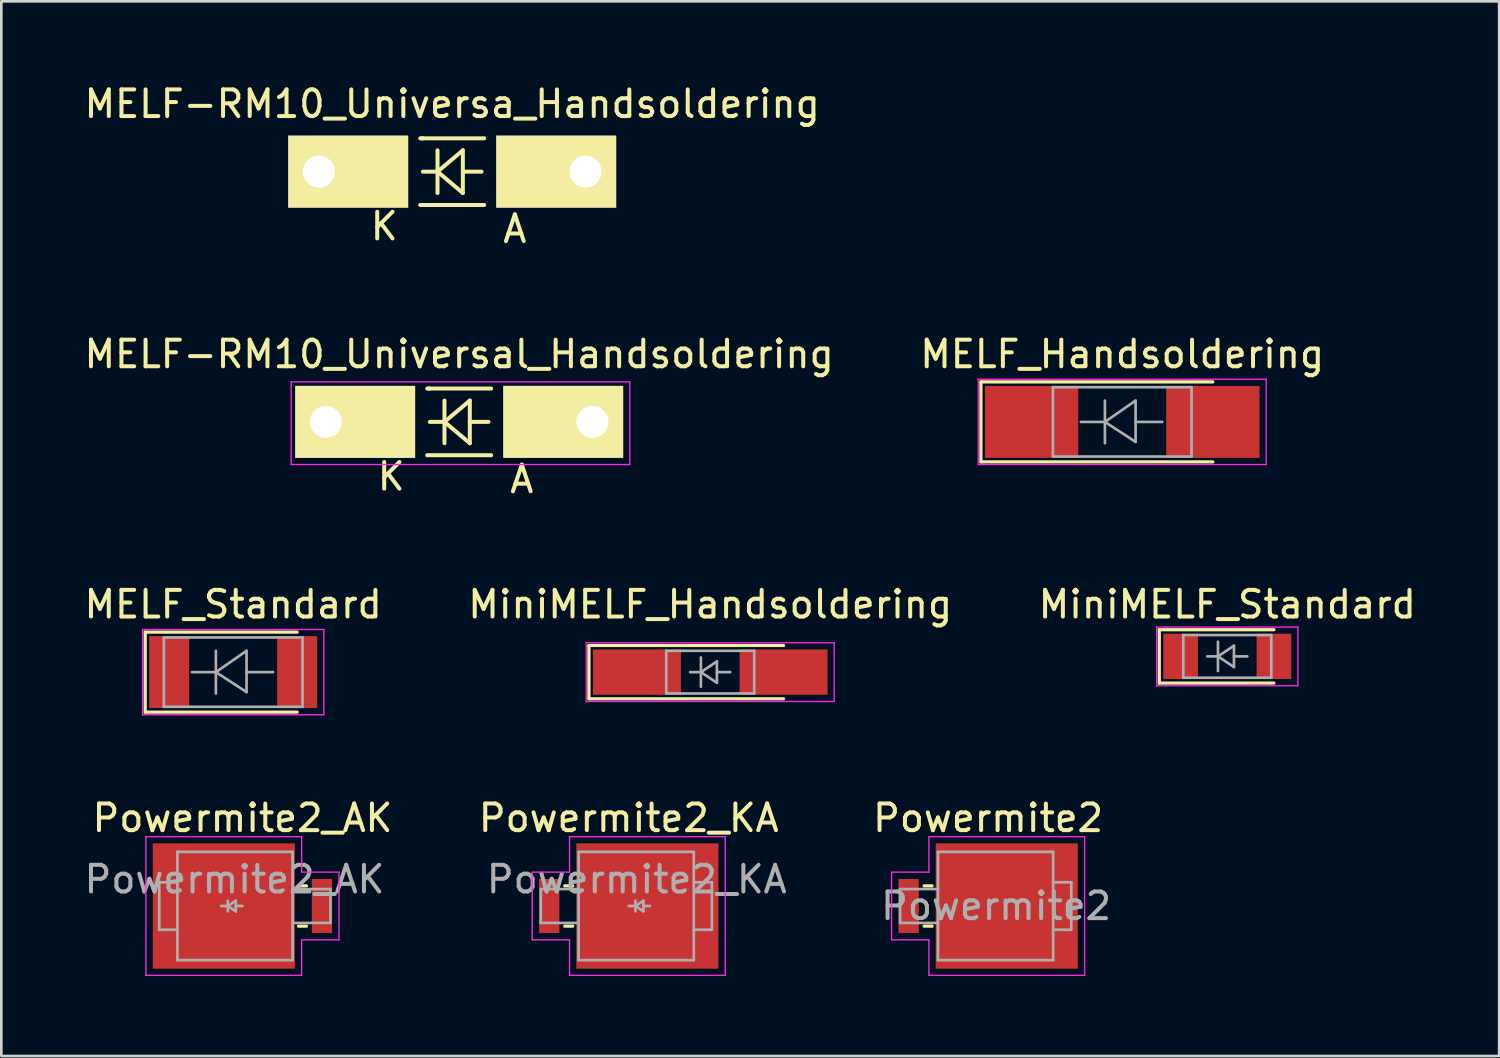
<source format=kicad_pcb>
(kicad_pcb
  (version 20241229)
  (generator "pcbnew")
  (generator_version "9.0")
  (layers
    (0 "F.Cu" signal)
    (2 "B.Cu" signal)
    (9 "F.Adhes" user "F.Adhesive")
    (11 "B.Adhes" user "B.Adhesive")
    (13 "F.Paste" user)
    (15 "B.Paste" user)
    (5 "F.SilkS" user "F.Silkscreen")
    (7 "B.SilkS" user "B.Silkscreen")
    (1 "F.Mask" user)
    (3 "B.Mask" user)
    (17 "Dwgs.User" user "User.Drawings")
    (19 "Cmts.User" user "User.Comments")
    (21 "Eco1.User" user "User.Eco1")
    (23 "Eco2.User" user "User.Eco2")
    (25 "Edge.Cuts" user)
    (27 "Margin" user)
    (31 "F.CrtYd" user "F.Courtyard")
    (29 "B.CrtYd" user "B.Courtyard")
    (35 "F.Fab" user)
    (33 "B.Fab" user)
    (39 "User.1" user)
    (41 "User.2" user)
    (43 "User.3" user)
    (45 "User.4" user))
  (footprint "MELF-RM10_Universal_Handsoldering"
    (layer "F.Cu")
    (at 9.171 12.774)
    (property "Reference" "MELF-RM10_Universal_Handsoldering" (at 5.001 -2.54 0) (layer "F.SilkS") (effects (font (size 1 1) (thickness 0.15))))
    (attr through_hole)
    (fp_line (start 3.901 -1.25) (end 3.802 -1.25) (stroke (width 0.15) (type solid)) (layer "F.SilkS"))
    (fp_line (start 3.901 1.25) (end 3.802 1.25) (stroke (width 0.15) (type solid)) (layer "F.SilkS"))
    (fp_line (start 4.45 0) (end 3.901 0) (stroke (width 0.15) (type solid)) (layer "F.SilkS"))
    (fp_line (start 4.45 0) (end 4.45 -0.8) (stroke (width 0.15) (type solid)) (layer "F.SilkS"))
    (fp_line (start 4.45 0) (end 4.45 0.8) (stroke (width 0.15) (type solid)) (layer "F.SilkS"))
    (fp_line (start 4.45 0) (end 5.4 -0.8) (stroke (width 0.15) (type solid)) (layer "F.SilkS"))
    (fp_line (start 5.4 -0.8) (end 5.4 0.8) (stroke (width 0.15) (type solid)) (layer "F.SilkS"))
    (fp_line (start 5.4 0) (end 6.101 0) (stroke (width 0.15) (type solid)) (layer "F.SilkS"))
    (fp_line (start 5.4 0.8) (end 4.45 0) (stroke (width 0.15) (type solid)) (layer "F.SilkS"))
    (fp_line (start 6.2 -1.25) (end 3.851 -1.25) (stroke (width 0.15) (type solid)) (layer "F.SilkS"))
    (fp_line (start 6.2 1.25) (end 3.952 1.25) (stroke (width 0.15) (type solid)) (layer "F.SilkS"))
    (fp_line (start -1.3 -1.5) (end 11.4 -1.5) (stroke (width 0.05) (type solid)) (layer "F.CrtYd"))
    (fp_line (start -1.3 1.6) (end -1.3 -1.5) (stroke (width 0.05) (type solid)) (layer "F.CrtYd"))
    (fp_line (start 11.4 -1.5) (end 11.4 1.6) (stroke (width 0.05) (type solid)) (layer "F.CrtYd"))
    (fp_line (start 11.4 1.6) (end -1.3 1.6) (stroke (width 0.05) (type solid)) (layer "F.CrtYd"))
    (fp_text user "A" (at 7.351 2.149 0) (layer "F.SilkS") (effects (font (size 1 1) (thickness 0.15))))
    (fp_text user "K" (at 2.451 2.05 0) (layer "F.SilkS") (effects (font (size 1 1) (thickness 0.15))))
    (pad "1" thru_hole rect (at 0 0) (size 4.498 2.7) (drill 1.199 (offset 1.1 0)) (layers "*.Cu" "*.Mask" "F.SilkS"))
    (pad "2" thru_hole rect (at 10.003 0 180) (size 4.498 2.7) (drill 1.199 (offset 1.1 0)) (layers "*.Cu" "*.Mask" "F.SilkS")))
  (footprint "MELF_Standard"
    (layer "F.Cu")
    (at 5.696 22.159)
    (property "Reference" "MELF_Standard" (at 0 -2.54 0) (layer "F.SilkS") (effects (font (size 1 1) (thickness 0.15))))
    (attr smd)
    (fp_line (start -3.3 -1.5) (end -3.3 1.5) (stroke (width 0.12) (type solid)) (layer "F.SilkS"))
    (fp_line (start -3.3 1.5) (end 2.4 1.5) (stroke (width 0.12) (type solid)) (layer "F.SilkS"))
    (fp_line (start 2.4 -1.5) (end -3.3 -1.5) (stroke (width 0.12) (type solid)) (layer "F.SilkS"))
    (fp_line (start -3.4 -1.6) (end 3.4 -1.6) (stroke (width 0.05) (type solid)) (layer "F.CrtYd"))
    (fp_line (start -3.4 1.6) (end -3.4 -1.6) (stroke (width 0.05) (type solid)) (layer "F.CrtYd"))
    (fp_line (start 3.4 -1.6) (end 3.4 1.6) (stroke (width 0.05) (type solid)) (layer "F.CrtYd"))
    (fp_line (start 3.4 1.6) (end -3.4 1.6) (stroke (width 0.05) (type solid)) (layer "F.CrtYd"))
    (fp_line (start -2.6 -1.3) (end -2.6 1.3) (stroke (width 0.1) (type solid)) (layer "F.Fab"))
    (fp_line (start -2.6 1.3) (end 2.6 1.3) (stroke (width 0.1) (type solid)) (layer "F.Fab"))
    (fp_line (start -0.649 -0.799) (end -0.649 0.801) (stroke (width 0.1) (type solid)) (layer "F.Fab"))
    (fp_line (start -0.649 0.001) (end -1.551 0.001) (stroke (width 0.1) (type solid)) (layer "F.Fab"))
    (fp_line (start -0.649 0.001) (end 0.501 -0.799) (stroke (width 0.1) (type solid)) (layer "F.Fab"))
    (fp_line (start -0.649 0.001) (end 0.501 0.75) (stroke (width 0.1) (type solid)) (layer "F.Fab"))
    (fp_line (start 0.501 0.001) (end 1.499 0.001) (stroke (width 0.1) (type solid)) (layer "F.Fab"))
    (fp_line (start 0.501 0.75) (end 0.501 -0.799) (stroke (width 0.1) (type solid)) (layer "F.Fab"))
    (fp_line (start 2.6 -1.3) (end -2.6 -1.3) (stroke (width 0.1) (type solid)) (layer "F.Fab"))
    (fp_line (start 2.6 1.3) (end 2.6 -1.3) (stroke (width 0.1) (type solid)) (layer "F.Fab"))
    (pad "1" smd rect (at -2.4 0) (size 1.5 2.7) (layers "F.Cu" "F.Mask" "F.Paste"))
    (pad "2" smd rect (at 2.4 0) (size 1.5 2.7) (layers "F.Cu" "F.Mask" "F.Paste")))
  (footprint "MiniMELF_Handsoldering"
    (layer "F.Cu")
    (at 23.589 22.159)
    (property "Reference" "MiniMELF_Handsoldering" (at 0 -2.54 0) (layer "F.SilkS") (effects (font (size 1 1) (thickness 0.15))))
    (attr smd)
    (fp_line (start -4.55 -1) (end -4.55 1) (stroke (width 0.12) (type solid)) (layer "F.SilkS"))
    (fp_line (start -4.55 1) (end 2.75 1) (stroke (width 0.12) (type solid)) (layer "F.SilkS"))
    (fp_line (start 2.75 -1) (end -4.55 -1) (stroke (width 0.12) (type solid)) (layer "F.SilkS"))
    (fp_line (start -4.65 -1.1) (end 4.65 -1.1) (stroke (width 0.05) (type solid)) (layer "F.CrtYd"))
    (fp_line (start -4.65 1.1) (end -4.65 -1.1) (stroke (width 0.05) (type solid)) (layer "F.CrtYd"))
    (fp_line (start 4.65 -1.1) (end 4.65 1.1) (stroke (width 0.05) (type solid)) (layer "F.CrtYd"))
    (fp_line (start 4.65 1.1) (end -4.65 1.1) (stroke (width 0.05) (type solid)) (layer "F.CrtYd"))
    (fp_line (start -1.65 -0.8) (end 1.65 -0.8) (stroke (width 0.1) (type solid)) (layer "F.Fab"))
    (fp_line (start -1.65 0.8) (end -1.65 -0.8) (stroke (width 0.1) (type solid)) (layer "F.Fab"))
    (fp_line (start -0.75 0) (end -0.35 0) (stroke (width 0.1) (type solid)) (layer "F.Fab"))
    (fp_line (start -0.35 0) (end -0.35 -0.55) (stroke (width 0.1) (type solid)) (layer "F.Fab"))
    (fp_line (start -0.35 0) (end -0.35 0.55) (stroke (width 0.1) (type solid)) (layer "F.Fab"))
    (fp_line (start -0.35 0) (end 0.25 -0.4) (stroke (width 0.1) (type solid)) (layer "F.Fab"))
    (fp_line (start 0.25 -0.4) (end 0.25 0.4) (stroke (width 0.1) (type solid)) (layer "F.Fab"))
    (fp_line (start 0.25 0) (end 0.75 0) (stroke (width 0.1) (type solid)) (layer "F.Fab"))
    (fp_line (start 0.25 0.4) (end -0.35 0) (stroke (width 0.1) (type solid)) (layer "F.Fab"))
    (fp_line (start 1.65 -0.8) (end 1.65 0.8) (stroke (width 0.1) (type solid)) (layer "F.Fab"))
    (fp_line (start 1.65 0.8) (end -1.65 0.8) (stroke (width 0.1) (type solid)) (layer "F.Fab"))
    (pad "1" smd rect (at -2.75 0) (size 3.3 1.7) (layers "F.Cu" "F.Mask" "F.Paste"))
    (pad "2" smd rect (at 2.75 0) (size 3.3 1.7) (layers "F.Cu" "F.Mask" "F.Paste")))
  (footprint "MiniMELF_Standard"
    (layer "F.Cu")
    (at 42.982 21.569)
    (property "Reference" "MiniMELF_Standard" (at 0 -1.95 0) (layer "F.SilkS") (effects (font (size 1 1) (thickness 0.15))))
    (attr smd)
    (fp_line (start -2.55 -1) (end -2.55 1) (stroke (width 0.12) (type solid)) (layer "F.SilkS"))
    (fp_line (start -2.55 1) (end 1.75 1) (stroke (width 0.12) (type solid)) (layer "F.SilkS"))
    (fp_line (start 1.75 -1) (end -2.55 -1) (stroke (width 0.12) (type solid)) (layer "F.SilkS"))
    (fp_line (start -2.65 -1.1) (end 2.65 -1.1) (stroke (width 0.05) (type solid)) (layer "F.CrtYd"))
    (fp_line (start -2.65 1.1) (end -2.65 -1.1) (stroke (width 0.05) (type solid)) (layer "F.CrtYd"))
    (fp_line (start 2.65 -1.1) (end 2.65 1.1) (stroke (width 0.05) (type solid)) (layer "F.CrtYd"))
    (fp_line (start 2.65 1.1) (end -2.65 1.1) (stroke (width 0.05) (type solid)) (layer "F.CrtYd"))
    (fp_line (start -1.65 -0.8) (end 1.65 -0.8) (stroke (width 0.1) (type solid)) (layer "F.Fab"))
    (fp_line (start -1.65 0.8) (end -1.65 -0.8) (stroke (width 0.1) (type solid)) (layer "F.Fab"))
    (fp_line (start -0.75 0) (end -0.35 0) (stroke (width 0.1) (type solid)) (layer "F.Fab"))
    (fp_line (start -0.35 0) (end -0.35 -0.55) (stroke (width 0.1) (type solid)) (layer "F.Fab"))
    (fp_line (start -0.35 0) (end -0.35 0.55) (stroke (width 0.1) (type solid)) (layer "F.Fab"))
    (fp_line (start -0.35 0) (end 0.25 -0.4) (stroke (width 0.1) (type solid)) (layer "F.Fab"))
    (fp_line (start 0.25 -0.4) (end 0.25 0.4) (stroke (width 0.1) (type solid)) (layer "F.Fab"))
    (fp_line (start 0.25 0) (end 0.75 0) (stroke (width 0.1) (type solid)) (layer "F.Fab"))
    (fp_line (start 0.25 0.4) (end -0.35 0) (stroke (width 0.1) (type solid)) (layer "F.Fab"))
    (fp_line (start 1.65 -0.8) (end 1.65 0.8) (stroke (width 0.1) (type solid)) (layer "F.Fab"))
    (fp_line (start 1.65 0.8) (end -1.65 0.8) (stroke (width 0.1) (type solid)) (layer "F.Fab"))
    (pad "1" smd rect (at -1.75 0) (size 1.3 1.7) (layers "F.Cu" "F.Mask" "F.Paste"))
    (pad "2" smd rect (at 1.75 0) (size 1.3 1.7) (layers "F.Cu" "F.Mask" "F.Paste")))
  (footprint "Powermite2_KA"
    (layer "F.Cu")
    (at 20.532 30.932)
    (property "Reference" "Powermite2_KA" (at 0 -3.3 0) (layer "F.SilkS") (effects (font (size 1 1) (thickness 0.15))))
    (attr smd)
    (fp_line (start -2.4 -0.755) (end -2.1 -0.755) (stroke (width 0.12) (type solid)) (layer "F.SilkS"))
    (fp_line (start -2.4 0.755) (end -2.1 0.755) (stroke (width 0.12) (type solid)) (layer "F.SilkS"))
    (fp_line (start -3.62 -1.27) (end -3.62 1.27) (stroke (width 0.05) (type solid)) (layer "F.CrtYd"))
    (fp_line (start -3.62 1.27) (end -2.22 1.27) (stroke (width 0.05) (type solid)) (layer "F.CrtYd"))
    (fp_line (start -2.22 -2.6) (end -2.22 -1.27) (stroke (width 0.05) (type solid)) (layer "F.CrtYd"))
    (fp_line (start -2.22 -1.27) (end -3.62 -1.27) (stroke (width 0.05) (type solid)) (layer "F.CrtYd"))
    (fp_line (start -2.22 1.27) (end -2.22 2.6) (stroke (width 0.05) (type solid)) (layer "F.CrtYd"))
    (fp_line (start -2.22 2.6) (end 3.62 2.6) (stroke (width 0.05) (type solid)) (layer "F.CrtYd"))
    (fp_line (start 3.62 -2.6) (end -2.22 -2.6) (stroke (width 0.05) (type solid)) (layer "F.CrtYd"))
    (fp_line (start 3.62 2.6) (end 3.62 -2.6) (stroke (width 0.05) (type solid)) (layer "F.CrtYd"))
    (fp_line (start -3.3 -0.635) (end -3.3 0.635) (stroke (width 0.1) (type solid)) (layer "F.Fab"))
    (fp_line (start -3.3 -0.635) (end -1.88 -0.635) (stroke (width 0.1) (type solid)) (layer "F.Fab"))
    (fp_line (start -3.3 0.635) (end -1.88 0.635) (stroke (width 0.1) (type solid)) (layer "F.Fab"))
    (fp_line (start -1.88 -2.03) (end -1.88 2.03) (stroke (width 0.1) (type solid)) (layer "F.Fab"))
    (fp_line (start -1.88 2.03) (end 2.44 2.03) (stroke (width 0.1) (type solid)) (layer "F.Fab"))
    (fp_line (start 0.25 0) (end 0 0) (stroke (width 0.1) (type solid)) (layer "F.Fab"))
    (fp_line (start 0.25 0) (end 0.55 0.2) (stroke (width 0.1) (type solid)) (layer "F.Fab"))
    (fp_line (start 0.25 0.2) (end 0.25 -0.2) (stroke (width 0.1) (type solid)) (layer "F.Fab"))
    (fp_line (start 0.55 -0.2) (end 0.25 0) (stroke (width 0.1) (type solid)) (layer "F.Fab"))
    (fp_line (start 0.55 0) (end 0.8 0) (stroke (width 0.1) (type solid)) (layer "F.Fab"))
    (fp_line (start 0.55 0.2) (end 0.55 -0.2) (stroke (width 0.1) (type solid)) (layer "F.Fab"))
    (fp_line (start 2.44 -2.03) (end -1.88 -2.03) (stroke (width 0.1) (type solid)) (layer "F.Fab"))
    (fp_line (start 2.44 -0.89) (end 3.12 -0.89) (stroke (width 0.1) (type solid)) (layer "F.Fab"))
    (fp_line (start 2.44 2.03) (end 2.44 -2.03) (stroke (width 0.1) (type solid)) (layer "F.Fab"))
    (fp_line (start 3.12 -0.89) (end 3.12 0.89) (stroke (width 0.1) (type solid)) (layer "F.Fab"))
    (fp_line (start 3.12 0.89) (end 2.44 0.89) (stroke (width 0.1) (type solid)) (layer "F.Fab"))
    (fp_text user "${REFERENCE}" (at 0.3 -1 0) (layer "F.Fab") (effects (font (size 1 1) (thickness 0.15))))
    (pad "1" smd rect (at -2.982 0) (size 0.762 2.03) (layers "F.Cu" "F.Mask" "F.Paste"))
    (pad "2" smd rect (at 0.699 0) (size 5.33 4.7) (layers "F.Cu" "F.Mask" "F.Paste")))
  (footprint "Powermite2_AK"
    (layer "F.Cu")
    (at 6.044 30.932)
    (property "Reference" "Powermite2_AK" (at 0 -3.3 0) (layer "F.SilkS") (effects (font (size 1 1) (thickness 0.15))))
    (attr smd)
    (fp_line (start 2.4 -0.755) (end 2.1 -0.755) (stroke (width 0.12) (type solid)) (layer "F.SilkS"))
    (fp_line (start 2.4 0.755) (end 2.1 0.755) (stroke (width 0.12) (type solid)) (layer "F.SilkS"))
    (fp_line (start -3.62 -2.6) (end -3.62 2.6) (stroke (width 0.05) (type solid)) (layer "F.CrtYd"))
    (fp_line (start -3.62 2.6) (end 2.22 2.6) (stroke (width 0.05) (type solid)) (layer "F.CrtYd"))
    (fp_line (start 2.22 -2.6) (end -3.62 -2.6) (stroke (width 0.05) (type solid)) (layer "F.CrtYd"))
    (fp_line (start 2.22 -1.27) (end 2.22 -2.6) (stroke (width 0.05) (type solid)) (layer "F.CrtYd"))
    (fp_line (start 2.22 1.27) (end 3.62 1.27) (stroke (width 0.05) (type solid)) (layer "F.CrtYd"))
    (fp_line (start 2.22 2.6) (end 2.22 1.27) (stroke (width 0.05) (type solid)) (layer "F.CrtYd"))
    (fp_line (start 3.62 -1.27) (end 2.22 -1.27) (stroke (width 0.05) (type solid)) (layer "F.CrtYd"))
    (fp_line (start 3.62 1.27) (end 3.62 -1.27) (stroke (width 0.05) (type solid)) (layer "F.CrtYd"))
    (fp_line (start -3.12 -0.89) (end -2.44 -0.89) (stroke (width 0.1) (type solid)) (layer "F.Fab"))
    (fp_line (start -3.12 0.89) (end -3.12 -0.89) (stroke (width 0.1) (type solid)) (layer "F.Fab"))
    (fp_line (start -2.44 -2.03) (end -2.44 2.03) (stroke (width 0.1) (type solid)) (layer "F.Fab"))
    (fp_line (start -2.44 0.89) (end -3.12 0.89) (stroke (width 0.1) (type solid)) (layer "F.Fab"))
    (fp_line (start -2.44 2.03) (end 1.88 2.03) (stroke (width 0.1) (type solid)) (layer "F.Fab"))
    (fp_line (start -0.55 0) (end -0.8 0) (stroke (width 0.1) (type solid)) (layer "F.Fab"))
    (fp_line (start -0.55 0) (end -0.25 0.2) (stroke (width 0.1) (type solid)) (layer "F.Fab"))
    (fp_line (start -0.55 0.2) (end -0.55 -0.2) (stroke (width 0.1) (type solid)) (layer "F.Fab"))
    (fp_line (start -0.25 -0.2) (end -0.55 0) (stroke (width 0.1) (type solid)) (layer "F.Fab"))
    (fp_line (start -0.25 0) (end 0 0) (stroke (width 0.1) (type solid)) (layer "F.Fab"))
    (fp_line (start -0.25 0.2) (end -0.25 -0.2) (stroke (width 0.1) (type solid)) (layer "F.Fab"))
    (fp_line (start 1.88 -2.03) (end -2.44 -2.03) (stroke (width 0.1) (type solid)) (layer "F.Fab"))
    (fp_line (start 1.88 2.03) (end 1.88 -2.03) (stroke (width 0.1) (type solid)) (layer "F.Fab"))
    (fp_line (start 3.3 -0.635) (end 1.88 -0.635) (stroke (width 0.1) (type solid)) (layer "F.Fab"))
    (fp_line (start 3.3 0.635) (end 1.88 0.635) (stroke (width 0.1) (type solid)) (layer "F.Fab"))
    (fp_line (start 3.3 0.635) (end 3.3 -0.635) (stroke (width 0.1) (type solid)) (layer "F.Fab"))
    (fp_text user "${REFERENCE}" (at -0.3 -1 0) (layer "F.Fab") (effects (font (size 1 1) (thickness 0.15))))
    (pad "1" smd rect (at -0.699 0) (size 5.33 4.7) (layers "F.Cu" "F.Mask" "F.Paste"))
    (pad "2" smd rect (at 2.982 0) (size 0.762 2.03) (layers "F.Cu" "F.Mask" "F.Paste")))
  (footprint "MELF-RM10_Universa_Handsoldering"
    (layer "F.Cu")
    (at 13.911 3.388)
    (property "Reference" "MELF-RM10_Universa_Handsoldering" (at 0 -2.54 0) (layer "F.SilkS") (effects (font (size 1 1) (thickness 0.15))))
    (attr through_hole)
    (fp_line (start -1.1 -1.25) (end -1.199 -1.25) (stroke (width 0.15) (type solid)) (layer "F.SilkS"))
    (fp_line (start -1.1 1.25) (end -1.199 1.25) (stroke (width 0.15) (type solid)) (layer "F.SilkS"))
    (fp_line (start -0.551 0) (end -1.1 0) (stroke (width 0.15) (type solid)) (layer "F.SilkS"))
    (fp_line (start -0.551 0) (end -0.551 -0.8) (stroke (width 0.15) (type solid)) (layer "F.SilkS"))
    (fp_line (start -0.551 0) (end -0.551 0.8) (stroke (width 0.15) (type solid)) (layer "F.SilkS"))
    (fp_line (start -0.551 0) (end 0.399 -0.8) (stroke (width 0.15) (type solid)) (layer "F.SilkS"))
    (fp_line (start 0.399 -0.8) (end 0.399 0.8) (stroke (width 0.15) (type solid)) (layer "F.SilkS"))
    (fp_line (start 0.399 0) (end 1.1 0) (stroke (width 0.15) (type solid)) (layer "F.SilkS"))
    (fp_line (start 0.399 0.8) (end -0.551 0) (stroke (width 0.15) (type solid)) (layer "F.SilkS"))
    (fp_line (start 1.199 -1.25) (end -1.151 -1.25) (stroke (width 0.15) (type solid)) (layer "F.SilkS"))
    (fp_line (start 1.199 1.25) (end -1.049 1.25) (stroke (width 0.15) (type solid)) (layer "F.SilkS"))
    (fp_text user "K" (at -2.55 2.05 0) (layer "F.SilkS") (effects (font (size 1 1) (thickness 0.15))))
    (fp_text user "A" (at 2.349 2.149 0) (layer "F.SilkS") (effects (font (size 1 1) (thickness 0.15))))
    (pad "1" thru_hole rect (at -5.001 0) (size 4.498 2.7) (drill 1.199 (offset 1.1 0)) (layers "*.Cu" "*.Mask" "F.SilkS"))
    (pad "2" thru_hole rect (at 5.001 0 180) (size 4.498 2.7) (drill 1.199 (offset 1.1 0)) (layers "*.Cu" "*.Mask" "F.SilkS")))
  (footprint "MELF_Handsoldering"
    (layer "F.Cu")
    (at 39.042 12.774)
    (property "Reference" "MELF_Handsoldering" (at 0 -2.54 0) (layer "F.SilkS") (effects (font (size 1 1) (thickness 0.15))))
    (attr smd)
    (fp_line (start -5.3 -1.5) (end -5.3 1.5) (stroke (width 0.12) (type solid)) (layer "F.SilkS"))
    (fp_line (start -5.3 1.5) (end 3.4 1.5) (stroke (width 0.12) (type solid)) (layer "F.SilkS"))
    (fp_line (start 3.4 -1.5) (end -5.3 -1.5) (stroke (width 0.12) (type solid)) (layer "F.SilkS"))
    (fp_line (start -5.4 -1.6) (end 5.4 -1.6) (stroke (width 0.05) (type solid)) (layer "F.CrtYd"))
    (fp_line (start -5.4 1.6) (end -5.4 -1.6) (stroke (width 0.05) (type solid)) (layer "F.CrtYd"))
    (fp_line (start 5.4 -1.6) (end 5.4 1.6) (stroke (width 0.05) (type solid)) (layer "F.CrtYd"))
    (fp_line (start 5.4 1.6) (end -5.4 1.6) (stroke (width 0.05) (type solid)) (layer "F.CrtYd"))
    (fp_line (start -2.6 -1.3) (end -2.6 1.3) (stroke (width 0.1) (type solid)) (layer "F.Fab"))
    (fp_line (start -2.6 1.3) (end 2.6 1.3) (stroke (width 0.1) (type solid)) (layer "F.Fab"))
    (fp_line (start -0.649 -0.799) (end -0.649 0.801) (stroke (width 0.1) (type solid)) (layer "F.Fab"))
    (fp_line (start -0.649 0.001) (end -1.551 0.001) (stroke (width 0.1) (type solid)) (layer "F.Fab"))
    (fp_line (start -0.649 0.001) (end 0.501 -0.799) (stroke (width 0.1) (type solid)) (layer "F.Fab"))
    (fp_line (start -0.649 0.001) (end 0.501 0.75) (stroke (width 0.1) (type solid)) (layer "F.Fab"))
    (fp_line (start 0.501 0.001) (end 1.499 0.001) (stroke (width 0.1) (type solid)) (layer "F.Fab"))
    (fp_line (start 0.501 0.75) (end 0.501 -0.799) (stroke (width 0.1) (type solid)) (layer "F.Fab"))
    (fp_line (start 2.6 -1.3) (end -2.6 -1.3) (stroke (width 0.1) (type solid)) (layer "F.Fab"))
    (fp_line (start 2.6 1.3) (end 2.6 -1.3) (stroke (width 0.1) (type solid)) (layer "F.Fab"))
    (pad "1" smd rect (at -3.4 0) (size 3.5 2.7) (layers "F.Cu" "F.Mask" "F.Paste"))
    (pad "2" smd rect (at 3.4 0) (size 3.5 2.7) (layers "F.Cu" "F.Mask" "F.Paste")))
  (footprint "Powermite2"
    (layer "F.Cu")
    (at 34.011 30.932)
    (property "Reference" "Powermite2" (at 0 -3.3 0) (layer "F.SilkS") (effects (font (size 1 1) (thickness 0.15))))
    (attr smd)
    (fp_line (start -2.4 -0.755) (end -2.1 -0.755) (stroke (width 0.12) (type solid)) (layer "F.SilkS"))
    (fp_line (start -2.4 0.755) (end -2.1 0.755) (stroke (width 0.12) (type solid)) (layer "F.SilkS"))
    (fp_line (start -3.62 -1.27) (end -3.62 1.27) (stroke (width 0.05) (type solid)) (layer "F.CrtYd"))
    (fp_line (start -3.62 1.27) (end -2.22 1.27) (stroke (width 0.05) (type solid)) (layer "F.CrtYd"))
    (fp_line (start -2.22 -2.6) (end -2.22 -1.27) (stroke (width 0.05) (type solid)) (layer "F.CrtYd"))
    (fp_line (start -2.22 -1.27) (end -3.62 -1.27) (stroke (width 0.05) (type solid)) (layer "F.CrtYd"))
    (fp_line (start -2.22 1.27) (end -2.22 2.6) (stroke (width 0.05) (type solid)) (layer "F.CrtYd"))
    (fp_line (start -2.22 2.6) (end 3.62 2.6) (stroke (width 0.05) (type solid)) (layer "F.CrtYd"))
    (fp_line (start 3.62 -2.6) (end -2.22 -2.6) (stroke (width 0.05) (type solid)) (layer "F.CrtYd"))
    (fp_line (start 3.62 2.6) (end 3.62 -2.6) (stroke (width 0.05) (type solid)) (layer "F.CrtYd"))
    (fp_line (start -3.3 -0.635) (end -3.3 0.635) (stroke (width 0.1) (type solid)) (layer "F.Fab"))
    (fp_line (start -3.3 -0.635) (end -1.88 -0.635) (stroke (width 0.1) (type solid)) (layer "F.Fab"))
    (fp_line (start -3.3 0.635) (end -1.88 0.635) (stroke (width 0.1) (type solid)) (layer "F.Fab"))
    (fp_line (start -1.88 -2.03) (end -1.88 2.03) (stroke (width 0.1) (type solid)) (layer "F.Fab"))
    (fp_line (start -1.88 2.03) (end 2.44 2.03) (stroke (width 0.1) (type solid)) (layer "F.Fab"))
    (fp_line (start 2.44 -2.03) (end -1.88 -2.03) (stroke (width 0.1) (type solid)) (layer "F.Fab"))
    (fp_line (start 2.44 -0.89) (end 3.12 -0.89) (stroke (width 0.1) (type solid)) (layer "F.Fab"))
    (fp_line (start 2.44 2.03) (end 2.44 -2.03) (stroke (width 0.1) (type solid)) (layer "F.Fab"))
    (fp_line (start 3.12 -0.89) (end 3.12 0.89) (stroke (width 0.1) (type solid)) (layer "F.Fab"))
    (fp_line (start 3.12 0.89) (end 2.44 0.89) (stroke (width 0.1) (type solid)) (layer "F.Fab"))
    (fp_text user "${REFERENCE}" (at 0.3 0 0) (layer "F.Fab") (effects (font (size 1 1) (thickness 0.15))))
    (pad "1" smd rect (at -2.982 0) (size 0.762 2.03) (layers "F.Cu" "F.Mask" "F.Paste"))
    (pad "2" smd rect (at 0.699 0) (size 5.33 4.7) (layers "F.Cu" "F.Mask" "F.Paste")))
  (gr_rect
    (start -3 -3)
    (end 53.179 36.557)
    (stroke (width 0.1) (type default))
    (fill no)
    (layer "Edge.Cuts")))
</source>
